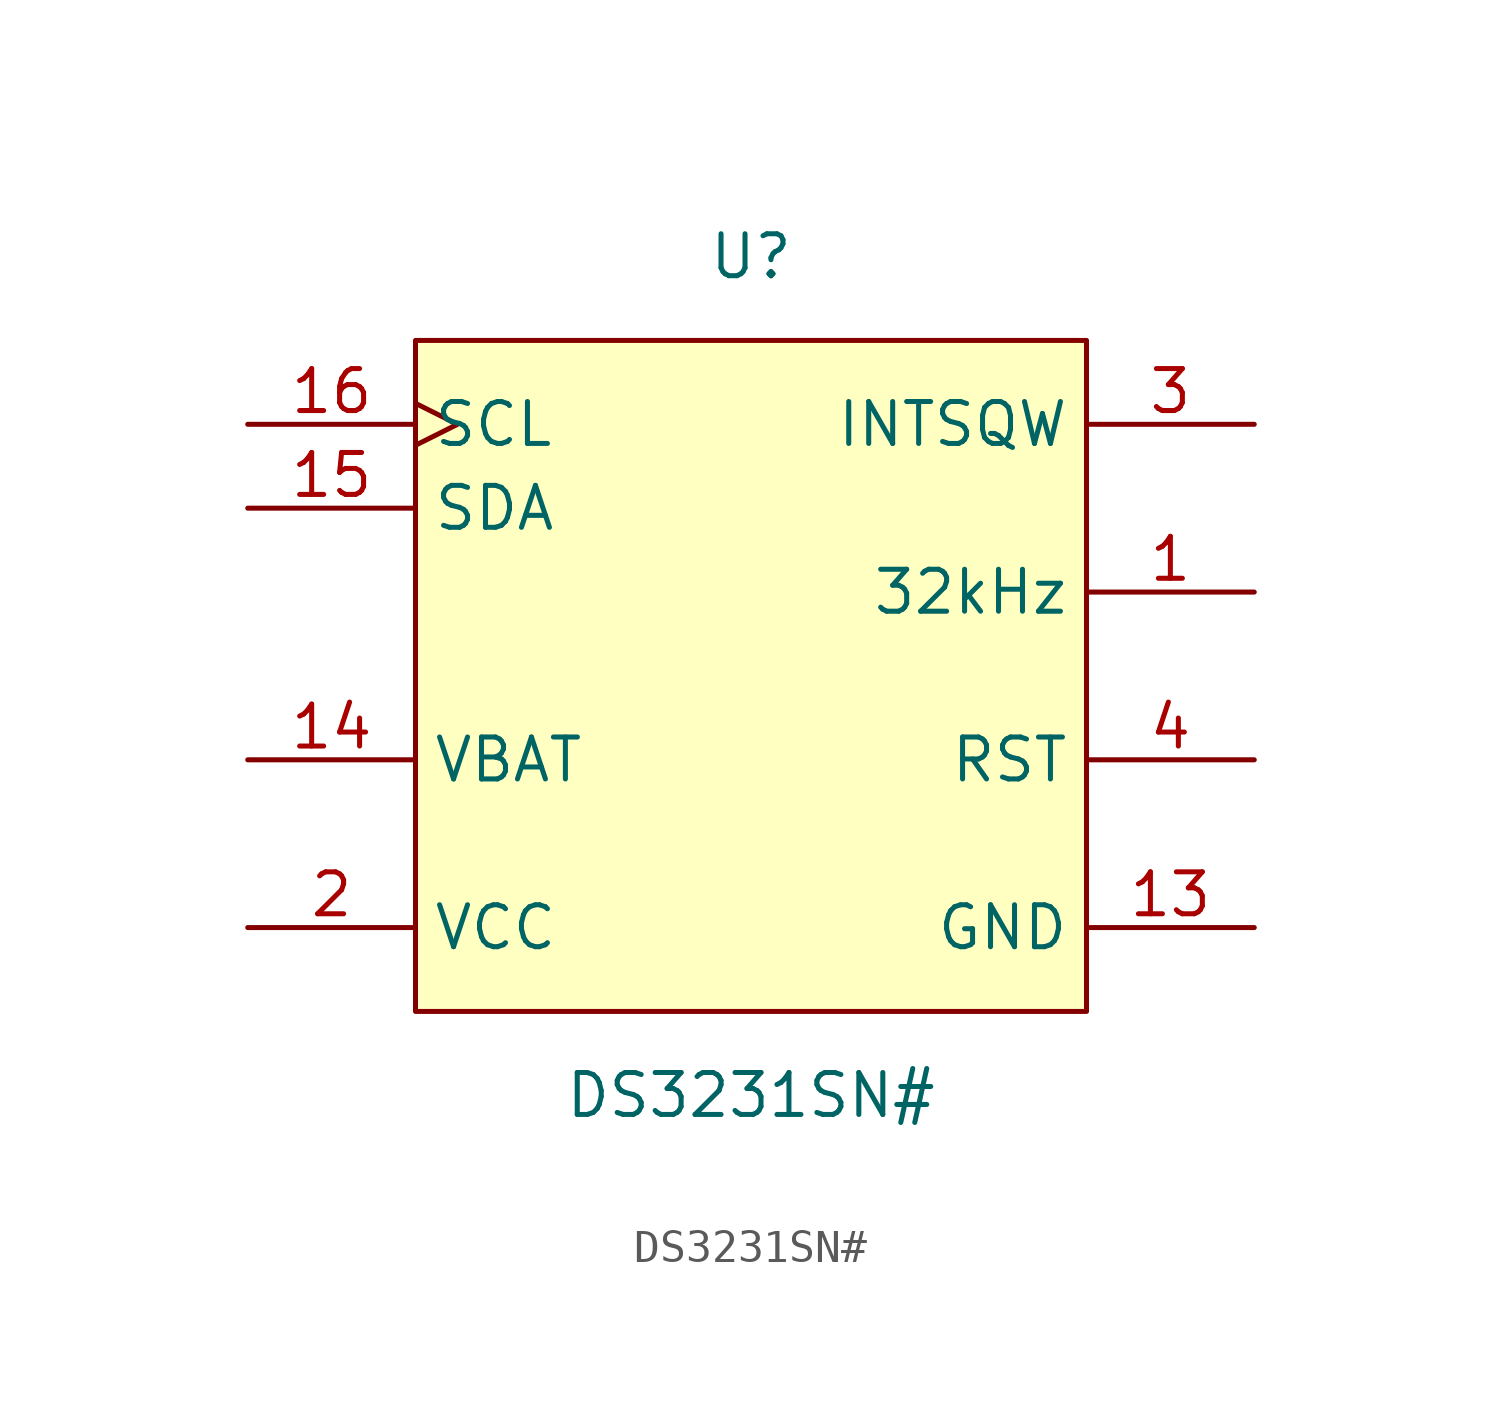
<source format=kicad_sym>
(kicad_symbol_lib
  (version 20211014)
  (generator https://github.com/uPesy/easyeda2kicad.py)
  (symbol "DS3231SN#"
    (property "Reference" "U"
      (at 0 12.70 0)
      (effects (font (size 1.27 1.27))))
    (property "Value" "DS3231SN#"
      (at 0 -12.70 0)
      (effects (font (size 1.27 1.27))))
    (symbol "DS3231SN#_0_1"
      (rectangle (start -10.16 10.16) (end 10.16 -10.16) (stroke (width 0) (type default) (color 0 0 0 0)) (fill (type background)))
      (pin unspecified line (at 15.24 2.54 180) (length 5.08) (name "32kHz" (effects (font (size 1.27 1.27)))) (number "1" (effects (font (size 1.27 1.27)))))
      (pin power_in line (at -15.24 -7.62 0) (length 5.08) (name "VCC" (effects (font (size 1.27 1.27)))) (number "2" (effects (font (size 1.27 1.27)))))
      (pin unspecified line (at 15.24 7.62 180) (length 5.08) (name "INTSQW" (effects (font (size 1.27 1.27)))) (number "3" (effects (font (size 1.27 1.27)))))
      (pin bidirectional line (at 15.24 -2.54 180) (length 5.08) (name "RST" (effects (font (size 1.27 1.27)))) (number "4" (effects (font (size 1.27 1.27)))))
      (pin power_in line (at 15.24 -7.62 180) (length 5.08) (name "GND" (effects (font (size 1.27 1.27)))) (number "13" (effects (font (size 1.27 1.27)))))
      (pin power_in line (at -15.24 -2.54 0) (length 5.08) (name "VBAT" (effects (font (size 1.27 1.27)))) (number "14" (effects (font (size 1.27 1.27)))))
      (pin bidirectional line (at -15.24 5.08 0) (length 5.08) (name "SDA" (effects (font (size 1.27 1.27)))) (number "15" (effects (font (size 1.27 1.27)))))
      (pin unspecified clock (at -15.24 7.62 0) (length 5.08) (name "SCL" (effects (font (size 1.27 1.27)))) (number "16" (effects (font (size 1.27 1.27))))))))
</source>
